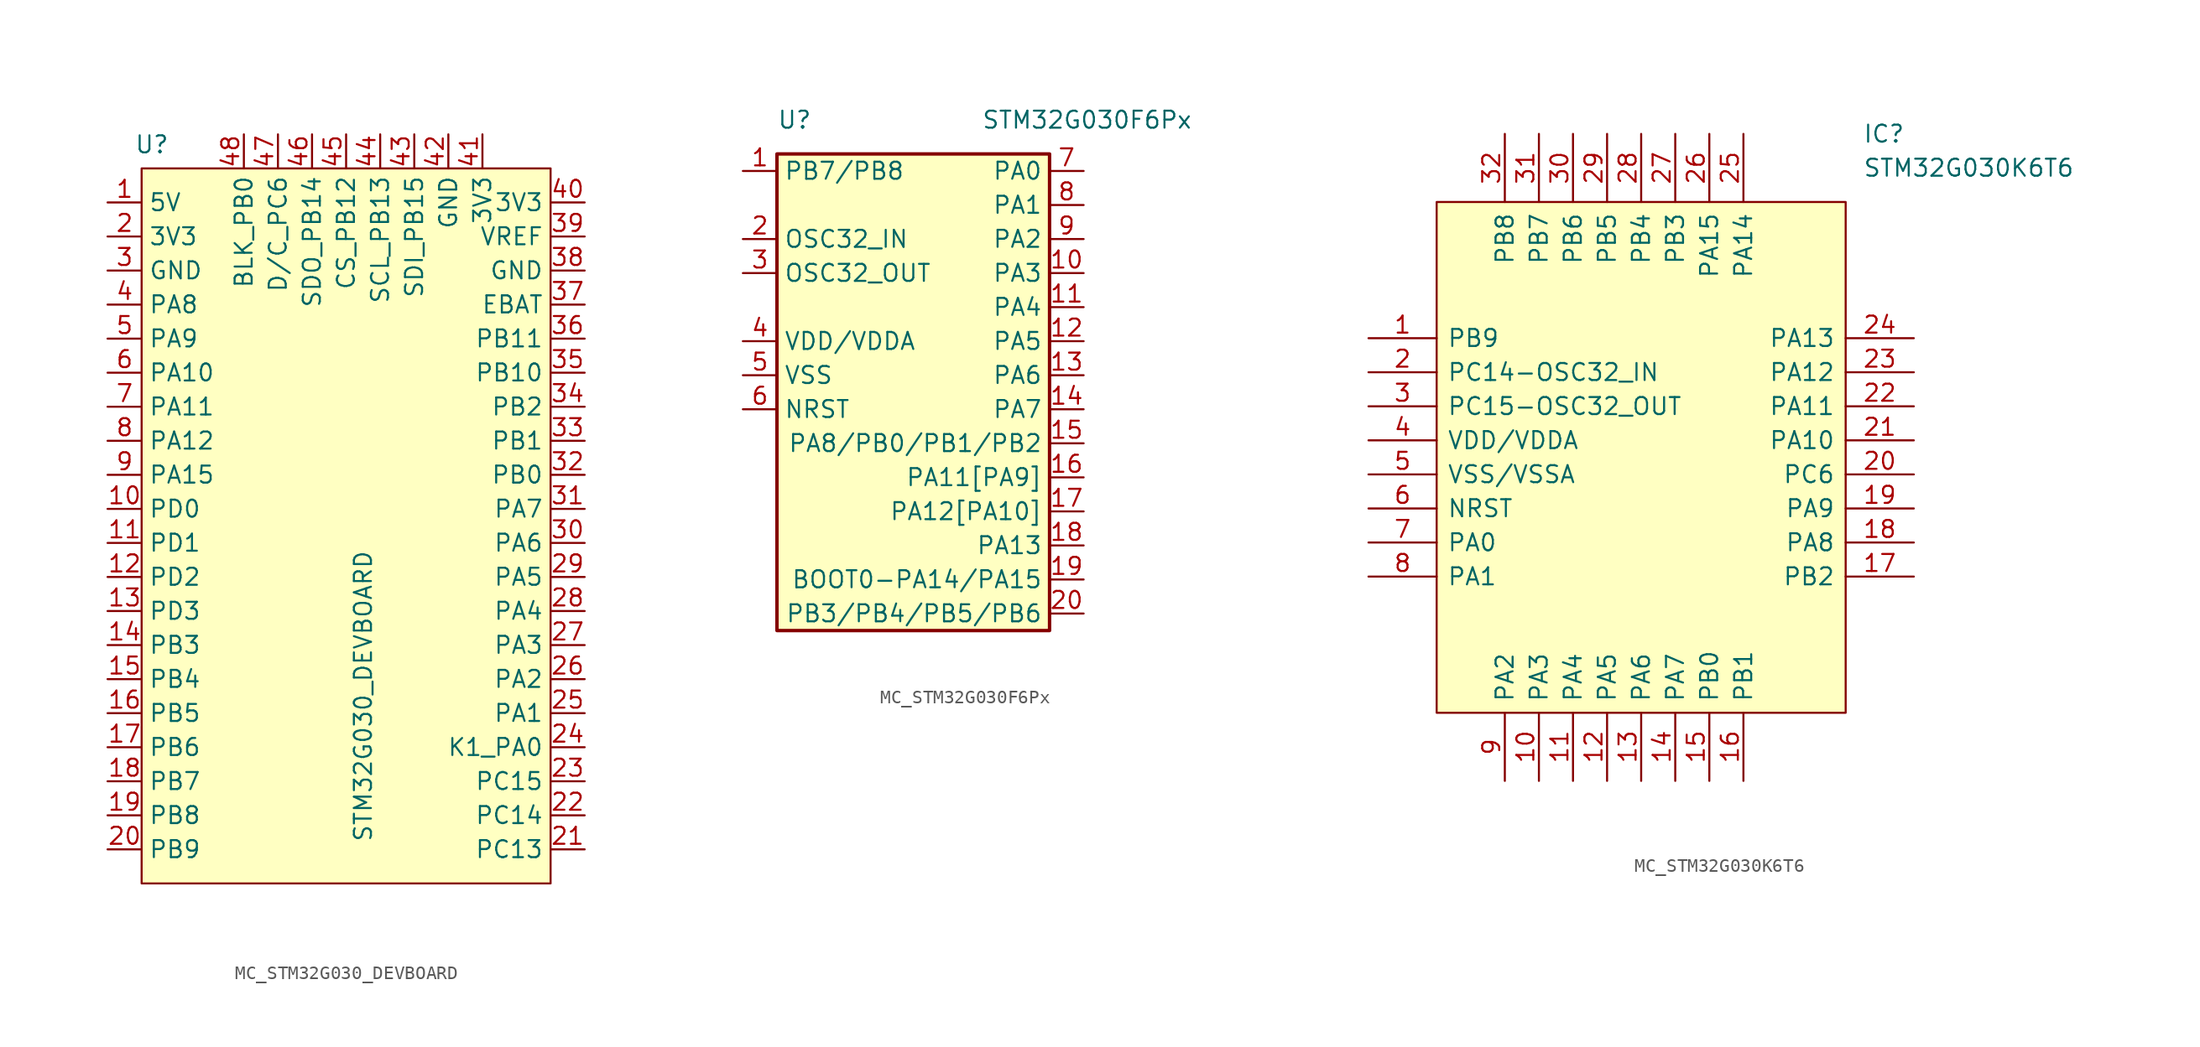
<source format=kicad_sym>
(kicad_symbol_lib
  (version 20220914)
  (generator kicad_symbol_editor)
  (symbol "MC_STM32G030_DEVBOARD"
    (property "Reference" "U"
      (at -15.748 28.448 0)
      (effects (font (size 1.27 1.27))))
    (property "Value" "STM32G030_DEVBOARD"
      (at 0 -12.7 90)
      (effects (font (size 1.27 1.27))))
    (symbol "MC_STM32G030_DEVBOARD_0_1"
      (rectangle (start -16.51 26.67) (end 13.97 -26.67) (stroke (width 0.152) (type default)) (fill (type background))))
    (symbol "MC_STM32G030_DEVBOARD_1_1"
      (pin power_out line (at -19.05 24.13 0) (length 2.54) (name "5V" (effects (font (size 1.27 1.27)))) (number "1" (effects (font (size 1.27 1.27)))))
      (pin bidirectional line (at -19.05 1.27 0) (length 2.54) (name "PD0" (effects (font (size 1.27 1.27)))) (number "10" (effects (font (size 1.27 1.27)))))
      (pin bidirectional line (at -19.05 -1.27 0) (length 2.54) (name "PD1" (effects (font (size 1.27 1.27)))) (number "11" (effects (font (size 1.27 1.27)))))
      (pin bidirectional line (at -19.05 -3.81 0) (length 2.54) (name "PD2" (effects (font (size 1.27 1.27)))) (number "12" (effects (font (size 1.27 1.27)))))
      (pin bidirectional line (at -19.05 -6.35 0) (length 2.54) (name "PD3" (effects (font (size 1.27 1.27)))) (number "13" (effects (font (size 1.27 1.27)))))
      (pin bidirectional line (at -19.05 -8.89 0) (length 2.54) (name "PB3" (effects (font (size 1.27 1.27)))) (number "14" (effects (font (size 1.27 1.27)))))
      (pin bidirectional line (at -19.05 -11.43 0) (length 2.54) (name "PB4" (effects (font (size 1.27 1.27)))) (number "15" (effects (font (size 1.27 1.27)))))
      (pin bidirectional line (at -19.05 -13.97 0) (length 2.54) (name "PB5" (effects (font (size 1.27 1.27)))) (number "16" (effects (font (size 1.27 1.27)))))
      (pin bidirectional line (at -19.05 -16.51 0) (length 2.54) (name "PB6" (effects (font (size 1.27 1.27)))) (number "17" (effects (font (size 1.27 1.27)))))
      (pin bidirectional line (at -19.05 -19.05 0) (length 2.54) (name "PB7" (effects (font (size 1.27 1.27)))) (number "18" (effects (font (size 1.27 1.27)))))
      (pin bidirectional line (at -19.05 -21.59 0) (length 2.54) (name "PB8" (effects (font (size 1.27 1.27)))) (number "19" (effects (font (size 1.27 1.27)))))
      (pin power_out line (at -19.05 21.59 0) (length 2.54) (name "3V3" (effects (font (size 1.27 1.27)))) (number "2" (effects (font (size 1.27 1.27)))))
      (pin bidirectional line (at -19.05 -24.13 0) (length 2.54) (name "PB9" (effects (font (size 1.27 1.27)))) (number "20" (effects (font (size 1.27 1.27)))))
      (pin bidirectional line (at 16.51 -24.13 180) (length 2.54) (name "PC13" (effects (font (size 1.27 1.27)))) (number "21" (effects (font (size 1.27 1.27)))))
      (pin bidirectional line (at 16.51 -21.59 180) (length 2.54) (name "PC14" (effects (font (size 1.27 1.27)))) (number "22" (effects (font (size 1.27 1.27)))))
      (pin bidirectional line (at 16.51 -19.05 180) (length 2.54) (name "PC15" (effects (font (size 1.27 1.27)))) (number "23" (effects (font (size 1.27 1.27)))))
      (pin bidirectional line (at 16.51 -16.51 180) (length 2.54) (name "K1_PA0" (effects (font (size 1.27 1.27)))) (number "24" (effects (font (size 1.27 1.27)))))
      (pin bidirectional line (at 16.51 -13.97 180) (length 2.54) (name "PA1" (effects (font (size 1.27 1.27)))) (number "25" (effects (font (size 1.27 1.27)))))
      (pin bidirectional line (at 16.51 -11.43 180) (length 2.54) (name "PA2" (effects (font (size 1.27 1.27)))) (number "26" (effects (font (size 1.27 1.27)))))
      (pin bidirectional line (at 16.51 -8.89 180) (length 2.54) (name "PA3" (effects (font (size 1.27 1.27)))) (number "27" (effects (font (size 1.27 1.27)))))
      (pin bidirectional line (at 16.51 -6.35 180) (length 2.54) (name "PA4" (effects (font (size 1.27 1.27)))) (number "28" (effects (font (size 1.27 1.27)))))
      (pin bidirectional line (at 16.51 -3.81 180) (length 2.54) (name "PA5" (effects (font (size 1.27 1.27)))) (number "29" (effects (font (size 1.27 1.27)))))
      (pin power_out line (at -19.05 19.05 0) (length 2.54) (name "GND" (effects (font (size 1.27 1.27)))) (number "3" (effects (font (size 1.27 1.27)))))
      (pin bidirectional line (at 16.51 -1.27 180) (length 2.54) (name "PA6" (effects (font (size 1.27 1.27)))) (number "30" (effects (font (size 1.27 1.27)))))
      (pin bidirectional line (at 16.51 1.27 180) (length 2.54) (name "PA7" (effects (font (size 1.27 1.27)))) (number "31" (effects (font (size 1.27 1.27)))))
      (pin bidirectional line (at 16.51 3.81 180) (length 2.54) (name "PB0" (effects (font (size 1.27 1.27)))) (number "32" (effects (font (size 1.27 1.27)))))
      (pin bidirectional line (at 16.51 6.35 180) (length 2.54) (name "PB1" (effects (font (size 1.27 1.27)))) (number "33" (effects (font (size 1.27 1.27)))))
      (pin bidirectional line (at 16.51 8.89 180) (length 2.54) (name "PB2" (effects (font (size 1.27 1.27)))) (number "34" (effects (font (size 1.27 1.27)))))
      (pin bidirectional line (at 16.51 11.43 180) (length 2.54) (name "PB10" (effects (font (size 1.27 1.27)))) (number "35" (effects (font (size 1.27 1.27)))))
      (pin bidirectional line (at 16.51 13.97 180) (length 2.54) (name "PB11" (effects (font (size 1.27 1.27)))) (number "36" (effects (font (size 1.27 1.27)))))
      (pin bidirectional line (at 16.51 16.51 180) (length 2.54) (name "EBAT" (effects (font (size 1.27 1.27)))) (number "37" (effects (font (size 1.27 1.27)))))
      (pin power_out line (at 16.51 19.05 180) (length 2.54) (name "GND" (effects (font (size 1.27 1.27)))) (number "38" (effects (font (size 1.27 1.27)))))
      (pin power_out line (at 16.51 21.59 180) (length 2.54) (name "VREF" (effects (font (size 1.27 1.27)))) (number "39" (effects (font (size 1.27 1.27)))))
      (pin bidirectional line (at -19.05 16.51 0) (length 2.54) (name "PA8" (effects (font (size 1.27 1.27)))) (number "4" (effects (font (size 1.27 1.27)))))
      (pin power_out line (at 16.51 24.13 180) (length 2.54) (name "3V3" (effects (font (size 1.27 1.27)))) (number "40" (effects (font (size 1.27 1.27)))))
      (pin power_out line (at 8.89 29.21 270) (length 2.54) (name "3V3" (effects (font (size 1.27 1.27)))) (number "41" (effects (font (size 1.27 1.27)))))
      (pin power_out line (at 6.35 29.21 270) (length 2.54) (name "GND" (effects (font (size 1.27 1.27)))) (number "42" (effects (font (size 1.27 1.27)))))
      (pin bidirectional line (at 3.81 29.21 270) (length 2.54) (name "SDI_PB15" (effects (font (size 1.27 1.27)))) (number "43" (effects (font (size 1.27 1.27)))))
      (pin bidirectional line (at 1.27 29.21 270) (length 2.54) (name "SCL_PB13" (effects (font (size 1.27 1.27)))) (number "44" (effects (font (size 1.27 1.27)))))
      (pin bidirectional line (at -1.27 29.21 270) (length 2.54) (name "CS_PB12" (effects (font (size 1.27 1.27)))) (number "45" (effects (font (size 1.27 1.27)))))
      (pin bidirectional line (at -3.81 29.21 270) (length 2.54) (name "SDO_PB14" (effects (font (size 1.27 1.27)))) (number "46" (effects (font (size 1.27 1.27)))))
      (pin bidirectional line (at -6.35 29.21 270) (length 2.54) (name "D/C_PC6" (effects (font (size 1.27 1.27)))) (number "47" (effects (font (size 1.27 1.27)))))
      (pin bidirectional line (at -8.89 29.21 270) (length 2.54) (name "BLK_PB0" (effects (font (size 1.27 1.27)))) (number "48" (effects (font (size 1.27 1.27)))))
      (pin bidirectional line (at -19.05 13.97 0) (length 2.54) (name "PA9" (effects (font (size 1.27 1.27)))) (number "5" (effects (font (size 1.27 1.27)))))
      (pin bidirectional line (at -19.05 11.43 0) (length 2.54) (name "PA10" (effects (font (size 1.27 1.27)))) (number "6" (effects (font (size 1.27 1.27)))))
      (pin bidirectional line (at -19.05 8.89 0) (length 2.54) (name "PA11" (effects (font (size 1.27 1.27)))) (number "7" (effects (font (size 1.27 1.27)))))
      (pin bidirectional line (at -19.05 6.35 0) (length 2.54) (name "PA12" (effects (font (size 1.27 1.27)))) (number "8" (effects (font (size 1.27 1.27)))))
      (pin bidirectional line (at -19.05 3.81 0) (length 2.54) (name "PA15" (effects (font (size 1.27 1.27)))) (number "9" (effects (font (size 1.27 1.27)))))))
  (symbol "MC_STM32G030F6Px"
    (property "Reference" "U"
      (at -10.16 16.51 0)
      (effects (font (size 1.27 1.27)) (justify left)))
    (property "Value" "STM32G030F6Px"
      (at 5.08 16.51 0)
      (effects (font (size 1.27 1.27)) (justify left)))
    (symbol "MC_STM32G030F6Px_0_1"
      (rectangle (start -10.16 -21.59) (end 10.16 13.97) (stroke (width 0.254) (type default)) (fill (type background))))
    (symbol "MC_STM32G030F6Px_1_1"
      (pin bidirectional line (at -12.7 12.7 0) (length 2.54) (name "PB7/PB8" (effects (font (size 1.27 1.27)))) (number "1" (effects (font (size 1.27 1.27)))))
      (pin bidirectional line (at 12.7 5.08 180) (length 2.54) (name "PA3" (effects (font (size 1.27 1.27)))) (number "10" (effects (font (size 1.27 1.27)))))
      (pin bidirectional line (at 12.7 2.54 180) (length 2.54) (name "PA4" (effects (font (size 1.27 1.27)))) (number "11" (effects (font (size 1.27 1.27)))))
      (pin bidirectional line (at 12.7 0 180) (length 2.54) (name "PA5" (effects (font (size 1.27 1.27)))) (number "12" (effects (font (size 1.27 1.27)))))
      (pin bidirectional line (at 12.7 -2.54 180) (length 2.54) (name "PA6" (effects (font (size 1.27 1.27)))) (number "13" (effects (font (size 1.27 1.27)))))
      (pin bidirectional line (at 12.7 -5.08 180) (length 2.54) (name "PA7" (effects (font (size 1.27 1.27)))) (number "14" (effects (font (size 1.27 1.27)))))
      (pin bidirectional line (at 12.7 -7.62 180) (length 2.54) (name "PA8/PB0/PB1/PB2" (effects (font (size 1.27 1.27)))) (number "15" (effects (font (size 1.27 1.27)))))
      (pin bidirectional line (at 12.7 -10.16 180) (length 2.54) (name "PA11[PA9]" (effects (font (size 1.27 1.27)))) (number "16" (effects (font (size 1.27 1.27)))))
      (pin bidirectional line (at 12.7 -12.7 180) (length 2.54) (name "PA12[PA10]" (effects (font (size 1.27 1.27)))) (number "17" (effects (font (size 1.27 1.27)))))
      (pin bidirectional line (at 12.7 -15.24 180) (length 2.54) (name "PA13" (effects (font (size 1.27 1.27)))) (number "18" (effects (font (size 1.27 1.27)))))
      (pin input line (at 12.7 -17.78 180) (length 2.54) (name "BOOT0-PA14/PA15" (effects (font (size 1.27 1.27)))) (number "19" (effects (font (size 1.27 1.27)))))
      (pin input line (at -12.7 7.62 0) (length 2.54) (name "OSC32_IN" (effects (font (size 1.27 1.27)))) (number "2" (effects (font (size 1.27 1.27)))))
      (pin bidirectional line (at 12.7 -20.32 180) (length 2.54) (name "PB3/PB4/PB5/PB6" (effects (font (size 1.27 1.27)))) (number "20" (effects (font (size 1.27 1.27)))))
      (pin input line (at -12.7 5.08 0) (length 2.54) (name "OSC32_OUT" (effects (font (size 1.27 1.27)))) (number "3" (effects (font (size 1.27 1.27)))))
      (pin power_in line (at -12.7 0 0) (length 2.54) (name "VDD/VDDA" (effects (font (size 1.27 1.27)))) (number "4" (effects (font (size 1.27 1.27)))))
      (pin power_in line (at -12.7 -2.54 0) (length 2.54) (name "VSS" (effects (font (size 1.27 1.27)))) (number "5" (effects (font (size 1.27 1.27)))))
      (pin input line (at -12.7 -5.08 0) (length 2.54) (name "NRST" (effects (font (size 1.27 1.27)))) (number "6" (effects (font (size 1.27 1.27)))))
      (pin bidirectional line (at 12.7 12.7 180) (length 2.54) (name "PA0" (effects (font (size 1.27 1.27)))) (number "7" (effects (font (size 1.27 1.27)))))
      (pin bidirectional line (at 12.7 10.16 180) (length 2.54) (name "PA1" (effects (font (size 1.27 1.27)))) (number "8" (effects (font (size 1.27 1.27)))))
      (pin bidirectional line (at 12.7 7.62 180) (length 2.54) (name "PA2" (effects (font (size 1.27 1.27)))) (number "9" (effects (font (size 1.27 1.27)))))))
  (symbol "MC_STM32G030K6T6"
    (pin_names
      (offset 0.762))
    (property "Reference" "IC"
      (at 36.83 15.24 0)
      (effects (font (size 1.27 1.27)) (justify left)))
    (property "Value" "STM32G030K6T6"
      (at 36.83 12.7 0)
      (effects (font (size 1.27 1.27)) (justify left)))
    (symbol "MC_STM32G030K6T6_0_0"
      (pin passive line (at 0 0 0) (length 5.08) (name "PB9" (effects (font (size 1.27 1.27)))) (number "1" (effects (font (size 1.27 1.27)))))
      (pin passive line (at 12.7 -33.02 90) (length 5.08) (name "PA3" (effects (font (size 1.27 1.27)))) (number "10" (effects (font (size 1.27 1.27)))))
      (pin passive line (at 15.24 -33.02 90) (length 5.08) (name "PA4" (effects (font (size 1.27 1.27)))) (number "11" (effects (font (size 1.27 1.27)))))
      (pin passive line (at 17.78 -33.02 90) (length 5.08) (name "PA5" (effects (font (size 1.27 1.27)))) (number "12" (effects (font (size 1.27 1.27)))))
      (pin passive line (at 20.32 -33.02 90) (length 5.08) (name "PA6" (effects (font (size 1.27 1.27)))) (number "13" (effects (font (size 1.27 1.27)))))
      (pin passive line (at 22.86 -33.02 90) (length 5.08) (name "PA7" (effects (font (size 1.27 1.27)))) (number "14" (effects (font (size 1.27 1.27)))))
      (pin passive line (at 25.4 -33.02 90) (length 5.08) (name "PB0" (effects (font (size 1.27 1.27)))) (number "15" (effects (font (size 1.27 1.27)))))
      (pin passive line (at 27.94 -33.02 90) (length 5.08) (name "PB1" (effects (font (size 1.27 1.27)))) (number "16" (effects (font (size 1.27 1.27)))))
      (pin passive line (at 40.64 -17.78 180) (length 5.08) (name "PB2" (effects (font (size 1.27 1.27)))) (number "17" (effects (font (size 1.27 1.27)))))
      (pin passive line (at 40.64 -15.24 180) (length 5.08) (name "PA8" (effects (font (size 1.27 1.27)))) (number "18" (effects (font (size 1.27 1.27)))))
      (pin passive line (at 40.64 -12.7 180) (length 5.08) (name "PA9" (effects (font (size 1.27 1.27)))) (number "19" (effects (font (size 1.27 1.27)))))
      (pin passive line (at 0 -2.54 0) (length 5.08) (name "PC14-OSC32_IN" (effects (font (size 1.27 1.27)))) (number "2" (effects (font (size 1.27 1.27)))))
      (pin passive line (at 40.64 -10.16 180) (length 5.08) (name "PC6" (effects (font (size 1.27 1.27)))) (number "20" (effects (font (size 1.27 1.27)))))
      (pin passive line (at 40.64 -7.62 180) (length 5.08) (name "PA10" (effects (font (size 1.27 1.27)))) (number "21" (effects (font (size 1.27 1.27)))))
      (pin passive line (at 40.64 -5.08 180) (length 5.08) (name "PA11" (effects (font (size 1.27 1.27)))) (number "22" (effects (font (size 1.27 1.27)))))
      (pin passive line (at 40.64 -2.54 180) (length 5.08) (name "PA12" (effects (font (size 1.27 1.27)))) (number "23" (effects (font (size 1.27 1.27)))))
      (pin passive line (at 40.64 0 180) (length 5.08) (name "PA13" (effects (font (size 1.27 1.27)))) (number "24" (effects (font (size 1.27 1.27)))))
      (pin passive line (at 27.94 15.24 270) (length 5.08) (name "PA14" (effects (font (size 1.27 1.27)))) (number "25" (effects (font (size 1.27 1.27)))))
      (pin passive line (at 25.4 15.24 270) (length 5.08) (name "PA15" (effects (font (size 1.27 1.27)))) (number "26" (effects (font (size 1.27 1.27)))))
      (pin passive line (at 22.86 15.24 270) (length 5.08) (name "PB3" (effects (font (size 1.27 1.27)))) (number "27" (effects (font (size 1.27 1.27)))))
      (pin passive line (at 20.32 15.24 270) (length 5.08) (name "PB4" (effects (font (size 1.27 1.27)))) (number "28" (effects (font (size 1.27 1.27)))))
      (pin passive line (at 17.78 15.24 270) (length 5.08) (name "PB5" (effects (font (size 1.27 1.27)))) (number "29" (effects (font (size 1.27 1.27)))))
      (pin passive line (at 0 -5.08 0) (length 5.08) (name "PC15-OSC32_OUT" (effects (font (size 1.27 1.27)))) (number "3" (effects (font (size 1.27 1.27)))))
      (pin passive line (at 15.24 15.24 270) (length 5.08) (name "PB6" (effects (font (size 1.27 1.27)))) (number "30" (effects (font (size 1.27 1.27)))))
      (pin passive line (at 12.7 15.24 270) (length 5.08) (name "PB7" (effects (font (size 1.27 1.27)))) (number "31" (effects (font (size 1.27 1.27)))))
      (pin passive line (at 10.16 15.24 270) (length 5.08) (name "PB8" (effects (font (size 1.27 1.27)))) (number "32" (effects (font (size 1.27 1.27)))))
      (pin passive line (at 0 -7.62 0) (length 5.08) (name "VDD/VDDA" (effects (font (size 1.27 1.27)))) (number "4" (effects (font (size 1.27 1.27)))))
      (pin passive line (at 0 -10.16 0) (length 5.08) (name "VSS/VSSA" (effects (font (size 1.27 1.27)))) (number "5" (effects (font (size 1.27 1.27)))))
      (pin passive line (at 0 -12.7 0) (length 5.08) (name "NRST" (effects (font (size 1.27 1.27)))) (number "6" (effects (font (size 1.27 1.27)))))
      (pin passive line (at 0 -15.24 0) (length 5.08) (name "PA0" (effects (font (size 1.27 1.27)))) (number "7" (effects (font (size 1.27 1.27)))))
      (pin passive line (at 0 -17.78 0) (length 5.08) (name "PA1" (effects (font (size 1.27 1.27)))) (number "8" (effects (font (size 1.27 1.27)))))
      (pin passive line (at 10.16 -33.02 90) (length 5.08) (name "PA2" (effects (font (size 1.27 1.27)))) (number "9" (effects (font (size 1.27 1.27))))))
    (symbol "MC_STM32G030K6T6_0_1"
      (polyline (pts (xy 5.08 10.16) (xy 35.56 10.16) (xy 35.56 -27.94) (xy 5.08 -27.94) (xy 5.08 10.16)) (stroke (width 0.152) (type default)) (fill (type background))))))
</source>
